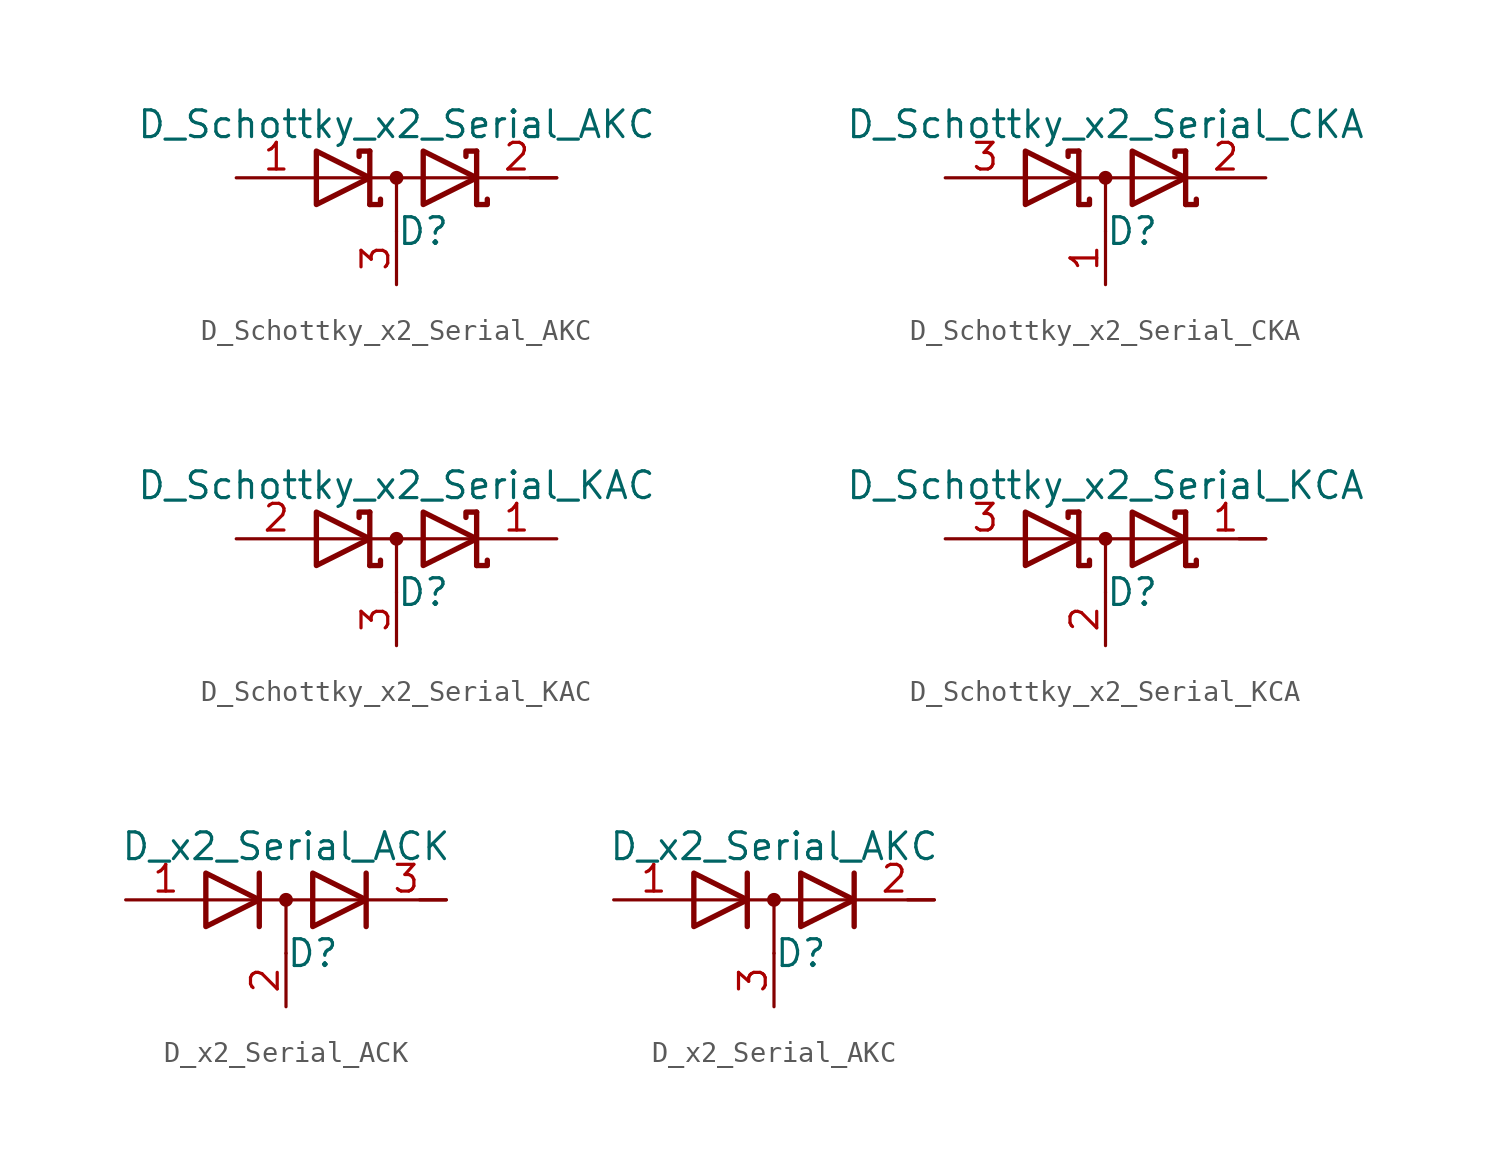
<source format=kicad_sym>
(kicad_symbol_lib
  (version 20211014)
  (generator kicad_symbol_editor)
  (symbol "D_Schottky_x2_Serial_AKC"
    (pin_names
      (offset 0.762) hide)
    (property "Reference" "D"
      (at 1.27 -2.54 0)
      (effects (font (size 1.27 1.27))))
    (property "Value" "D_Schottky_x2_Serial_AKC"
      (at 0 2.54 0)
      (effects (font (size 1.27 1.27))))
    (symbol "D_Schottky_x2_Serial_AKC_0_1"
      (polyline (pts (xy -3.81 0) (xy 3.81 0)) (stroke (width 0) (type default) (color 0 0 0 0)) (fill (type none)))
      (polyline (pts (xy 0 0) (xy 0 -2.54)) (stroke (width 0) (type default) (color 0 0 0 0)) (fill (type none)))
      (polyline (pts (xy 6.35 0) (xy 7.62 0)) (stroke (width 0) (type default) (color 0 0 0 0)) (fill (type none)))
      (polyline (pts (xy -1.27 -1.27) (xy -1.27 1.27) (xy -1.27 1.27)) (stroke (width 0.254) (type default) (color 0 0 0 0)) (fill (type none)))
      (polyline (pts (xy 3.81 1.27) (xy 3.81 -1.27) (xy 3.81 -1.27)) (stroke (width 0.254) (type default) (color 0 0 0 0)) (fill (type none)))
      (polyline (pts (xy -1.27 -1.27) (xy -0.762 -1.27) (xy -0.762 -1.016) (xy -0.762 -1.016)) (stroke (width 0.254) (type default) (color 0 0 0 0)) (fill (type none)))
      (polyline (pts (xy 3.81 -1.27) (xy 4.318 -1.27) (xy 4.318 -1.016) (xy 4.318 -1.016)) (stroke (width 0.254) (type default) (color 0 0 0 0)) (fill (type none)))
      (polyline (pts (xy 3.81 1.27) (xy 3.302 1.27) (xy 3.302 1.016) (xy 3.302 1.016)) (stroke (width 0.254) (type default) (color 0 0 0 0)) (fill (type none)))
      (polyline (pts (xy -1.778 1.016) (xy -1.778 1.27) (xy -1.27 1.27) (xy -1.27 1.27) (xy -1.27 1.27)) (stroke (width 0.254) (type default) (color 0 0 0 0)) (fill (type none)))
      (polyline (pts (xy -3.81 1.27) (xy -1.27 0) (xy -3.81 -1.27) (xy -3.81 1.27) (xy -3.81 1.27) (xy -3.81 1.27)) (stroke (width 0.254) (type default) (color 0 0 0 0)) (fill (type none)))
      (polyline (pts (xy 1.27 1.27) (xy 3.81 0) (xy 1.27 -1.27) (xy 1.27 1.27) (xy 1.27 1.27) (xy 1.27 1.27)) (stroke (width 0.254) (type default) (color 0 0 0 0)) (fill (type none)))
      (circle (center 0 0) (radius 0.254) (stroke (width 0) (type default) (color 0 0 0 0)) (fill (type outline)))
      (pin passive line (at -7.62 0 0) (length 3.81) (name "A" (effects (font (size 1.27 1.27)))) (number "1" (effects (font (size 1.27 1.27)))))
      (pin passive line (at 7.62 0 180) (length 3.81) (name "K" (effects (font (size 1.27 1.27)))) (number "2" (effects (font (size 1.27 1.27)))))
      (pin passive line (at 0 -5.08 90) (length 2.54) (name "common" (effects (font (size 1.27 1.27)))) (number "3" (effects (font (size 1.27 1.27)))))))
  (symbol "D_Schottky_x2_Serial_CKA"
    (pin_names
      (offset 0.762) hide)
    (property "Reference" "D"
      (at 1.27 -2.54 0)
      (effects (font (size 1.27 1.27))))
    (property "Value" "D_Schottky_x2_Serial_CKA"
      (at 0 2.54 0)
      (effects (font (size 1.27 1.27))))
    (symbol "D_Schottky_x2_Serial_CKA_0_1"
      (polyline (pts (xy -3.81 0) (xy 3.81 0)) (stroke (width 0) (type default) (color 0 0 0 0)) (fill (type none)))
      (polyline (pts (xy 0 0) (xy 0 -2.54)) (stroke (width 0) (type default) (color 0 0 0 0)) (fill (type none)))
      (polyline (pts (xy -1.27 -1.27) (xy -1.27 1.27) (xy -1.27 1.27)) (stroke (width 0.254) (type default) (color 0 0 0 0)) (fill (type none)))
      (polyline (pts (xy 3.81 1.27) (xy 3.81 -1.27) (xy 3.81 -1.27)) (stroke (width 0.254) (type default) (color 0 0 0 0)) (fill (type none)))
      (polyline (pts (xy -1.27 -1.27) (xy -0.762 -1.27) (xy -0.762 -1.016) (xy -0.762 -1.016)) (stroke (width 0.254) (type default) (color 0 0 0 0)) (fill (type none)))
      (polyline (pts (xy 3.81 -1.27) (xy 4.318 -1.27) (xy 4.318 -1.016) (xy 4.318 -1.016)) (stroke (width 0.254) (type default) (color 0 0 0 0)) (fill (type none)))
      (polyline (pts (xy 3.81 1.27) (xy 3.302 1.27) (xy 3.302 1.016) (xy 3.302 1.016)) (stroke (width 0.254) (type default) (color 0 0 0 0)) (fill (type none)))
      (polyline (pts (xy -1.778 1.016) (xy -1.778 1.27) (xy -1.27 1.27) (xy -1.27 1.27) (xy -1.27 1.27)) (stroke (width 0.254) (type default) (color 0 0 0 0)) (fill (type none)))
      (polyline (pts (xy -3.81 1.27) (xy -1.27 0) (xy -3.81 -1.27) (xy -3.81 1.27) (xy -3.81 1.27) (xy -3.81 1.27)) (stroke (width 0.254) (type default) (color 0 0 0 0)) (fill (type none)))
      (polyline (pts (xy 1.27 1.27) (xy 3.81 0) (xy 1.27 -1.27) (xy 1.27 1.27) (xy 1.27 1.27) (xy 1.27 1.27)) (stroke (width 0.254) (type default) (color 0 0 0 0)) (fill (type none)))
      (circle (center 0 0) (radius 0.254) (stroke (width 0) (type default) (color 0 0 0 0)) (fill (type outline)))
      (pin passive line (at 0 -5.08 90) (length 2.54) (name "common" (effects (font (size 1.27 1.27)))) (number "1" (effects (font (size 1.27 1.27)))))
      (pin passive line (at 7.62 0 180) (length 3.81) (name "K" (effects (font (size 1.27 1.27)))) (number "2" (effects (font (size 1.27 1.27)))))
      (pin passive line (at -7.62 0 0) (length 3.81) (name "A" (effects (font (size 1.27 1.27)))) (number "3" (effects (font (size 1.27 1.27)))))))
  (symbol "D_Schottky_x2_Serial_KAC"
    (pin_names
      (offset 0.762) hide)
    (property "Reference" "D"
      (at 1.27 -2.54 0)
      (effects (font (size 1.27 1.27))))
    (property "Value" "D_Schottky_x2_Serial_KAC"
      (at 0 2.54 0)
      (effects (font (size 1.27 1.27))))
    (symbol "D_Schottky_x2_Serial_KAC_0_1"
      (polyline (pts (xy -3.81 0) (xy 3.81 0)) (stroke (width 0) (type default) (color 0 0 0 0)) (fill (type none)))
      (polyline (pts (xy 0 0) (xy 0 -2.54)) (stroke (width 0) (type default) (color 0 0 0 0)) (fill (type none)))
      (polyline (pts (xy -1.27 -1.27) (xy -1.27 1.27) (xy -1.27 1.27)) (stroke (width 0.254) (type default) (color 0 0 0 0)) (fill (type none)))
      (polyline (pts (xy 3.81 1.27) (xy 3.81 -1.27) (xy 3.81 -1.27)) (stroke (width 0.254) (type default) (color 0 0 0 0)) (fill (type none)))
      (polyline (pts (xy -1.27 -1.27) (xy -0.762 -1.27) (xy -0.762 -1.016) (xy -0.762 -1.016)) (stroke (width 0.254) (type default) (color 0 0 0 0)) (fill (type none)))
      (polyline (pts (xy 3.81 -1.27) (xy 4.318 -1.27) (xy 4.318 -1.016) (xy 4.318 -1.016)) (stroke (width 0.254) (type default) (color 0 0 0 0)) (fill (type none)))
      (polyline (pts (xy 3.81 1.27) (xy 3.302 1.27) (xy 3.302 1.016) (xy 3.302 1.016)) (stroke (width 0.254) (type default) (color 0 0 0 0)) (fill (type none)))
      (polyline (pts (xy -1.778 1.016) (xy -1.778 1.27) (xy -1.27 1.27) (xy -1.27 1.27) (xy -1.27 1.27)) (stroke (width 0.254) (type default) (color 0 0 0 0)) (fill (type none)))
      (polyline (pts (xy -3.81 1.27) (xy -1.27 0) (xy -3.81 -1.27) (xy -3.81 1.27) (xy -3.81 1.27) (xy -3.81 1.27)) (stroke (width 0.254) (type default) (color 0 0 0 0)) (fill (type none)))
      (polyline (pts (xy 1.27 1.27) (xy 3.81 0) (xy 1.27 -1.27) (xy 1.27 1.27) (xy 1.27 1.27) (xy 1.27 1.27)) (stroke (width 0.254) (type default) (color 0 0 0 0)) (fill (type none)))
      (circle (center 0 0) (radius 0.254) (stroke (width 0) (type default) (color 0 0 0 0)) (fill (type outline)))
      (pin passive line (at 7.62 0 180) (length 3.81) (name "K" (effects (font (size 1.27 1.27)))) (number "1" (effects (font (size 1.27 1.27)))))
      (pin passive line (at -7.62 0 0) (length 3.81) (name "A" (effects (font (size 1.27 1.27)))) (number "2" (effects (font (size 1.27 1.27)))))
      (pin passive line (at 0 -5.08 90) (length 2.54) (name "common" (effects (font (size 1.27 1.27)))) (number "3" (effects (font (size 1.27 1.27)))))))
  (symbol "D_Schottky_x2_Serial_KCA"
    (pin_names
      (offset 0.762) hide)
    (property "Reference" "D"
      (at 1.27 -2.54 0)
      (effects (font (size 1.27 1.27))))
    (property "Value" "D_Schottky_x2_Serial_KCA"
      (at 0 2.54 0)
      (effects (font (size 1.27 1.27))))
    (symbol "D_Schottky_x2_Serial_KCA_0_1"
      (polyline (pts (xy -3.81 0) (xy 3.81 0)) (stroke (width 0) (type default) (color 0 0 0 0)) (fill (type none)))
      (polyline (pts (xy 0 0) (xy 0 -2.54)) (stroke (width 0) (type default) (color 0 0 0 0)) (fill (type none)))
      (polyline (pts (xy 6.35 0) (xy 7.62 0)) (stroke (width 0) (type default) (color 0 0 0 0)) (fill (type none)))
      (polyline (pts (xy -1.27 -1.27) (xy -1.27 1.27) (xy -1.27 1.27)) (stroke (width 0.254) (type default) (color 0 0 0 0)) (fill (type none)))
      (polyline (pts (xy 3.81 1.27) (xy 3.81 -1.27) (xy 3.81 -1.27)) (stroke (width 0.254) (type default) (color 0 0 0 0)) (fill (type none)))
      (polyline (pts (xy -1.27 -1.27) (xy -0.762 -1.27) (xy -0.762 -1.016) (xy -0.762 -1.016)) (stroke (width 0.254) (type default) (color 0 0 0 0)) (fill (type none)))
      (polyline (pts (xy 3.81 -1.27) (xy 4.318 -1.27) (xy 4.318 -1.016) (xy 4.318 -1.016)) (stroke (width 0.254) (type default) (color 0 0 0 0)) (fill (type none)))
      (polyline (pts (xy 3.81 1.27) (xy 3.302 1.27) (xy 3.302 1.016) (xy 3.302 1.016)) (stroke (width 0.254) (type default) (color 0 0 0 0)) (fill (type none)))
      (polyline (pts (xy -1.778 1.016) (xy -1.778 1.27) (xy -1.27 1.27) (xy -1.27 1.27) (xy -1.27 1.27)) (stroke (width 0.254) (type default) (color 0 0 0 0)) (fill (type none)))
      (polyline (pts (xy -3.81 1.27) (xy -1.27 0) (xy -3.81 -1.27) (xy -3.81 1.27) (xy -3.81 1.27) (xy -3.81 1.27)) (stroke (width 0.254) (type default) (color 0 0 0 0)) (fill (type none)))
      (polyline (pts (xy 1.27 1.27) (xy 3.81 0) (xy 1.27 -1.27) (xy 1.27 1.27) (xy 1.27 1.27) (xy 1.27 1.27)) (stroke (width 0.254) (type default) (color 0 0 0 0)) (fill (type none)))
      (circle (center 0 0) (radius 0.254) (stroke (width 0) (type default) (color 0 0 0 0)) (fill (type outline)))
      (pin passive line (at 7.62 0 180) (length 3.81) (name "K" (effects (font (size 1.27 1.27)))) (number "1" (effects (font (size 1.27 1.27)))))
      (pin passive line (at 0 -5.08 90) (length 2.54) (name "common" (effects (font (size 1.27 1.27)))) (number "2" (effects (font (size 1.27 1.27)))))
      (pin passive line (at -7.62 0 0) (length 3.81) (name "A" (effects (font (size 1.27 1.27)))) (number "3" (effects (font (size 1.27 1.27)))))))
  (symbol "D_x2_Serial_ACK"
    (pin_names
      (offset 0.762) hide)
    (property "Reference" "D"
      (at 1.27 -2.54 0)
      (effects (font (size 1.27 1.27))))
    (property "Value" "D_x2_Serial_ACK"
      (at 0 2.54 0)
      (effects (font (size 1.27 1.27))))
    (symbol "D_x2_Serial_ACK_0_1"
      (polyline (pts (xy 0 0) (xy 0 -2.54)) (stroke (width 0) (type default) (color 0 0 0 0)) (fill (type none)))
      (polyline (pts (xy 3.81 0) (xy -3.81 0)) (stroke (width 0) (type default) (color 0 0 0 0)) (fill (type none)))
      (polyline (pts (xy 6.35 0) (xy 7.62 0)) (stroke (width 0) (type default) (color 0 0 0 0)) (fill (type none)))
      (polyline (pts (xy -1.27 -1.27) (xy -1.27 1.27) (xy -1.27 1.27)) (stroke (width 0.254) (type default) (color 0 0 0 0)) (fill (type none)))
      (polyline (pts (xy 3.81 1.27) (xy 3.81 -1.27) (xy 3.81 -1.27)) (stroke (width 0.254) (type default) (color 0 0 0 0)) (fill (type none)))
      (polyline (pts (xy -3.81 1.27) (xy -1.27 0) (xy -3.81 -1.27) (xy -3.81 1.27) (xy -3.81 1.27) (xy -3.81 1.27)) (stroke (width 0.254) (type default) (color 0 0 0 0)) (fill (type none)))
      (polyline (pts (xy 1.27 1.27) (xy 3.81 0) (xy 1.27 -1.27) (xy 1.27 1.27) (xy 1.27 1.27) (xy 1.27 1.27)) (stroke (width 0.254) (type default) (color 0 0 0 0)) (fill (type none)))
      (circle (center 0 0) (radius 0.254) (stroke (width 0) (type default) (color 0 0 0 0)) (fill (type outline)))
      (pin passive line (at -7.62 0 0) (length 3.81) (name "A" (effects (font (size 1.27 1.27)))) (number "1" (effects (font (size 1.27 1.27)))))
      (pin passive line (at 0 -5.08 90) (length 2.54) (name "common" (effects (font (size 1.27 1.27)))) (number "2" (effects (font (size 1.27 1.27)))))
      (pin passive line (at 7.62 0 180) (length 3.81) (name "K" (effects (font (size 1.27 1.27)))) (number "3" (effects (font (size 1.27 1.27)))))))
  (symbol "D_x2_Serial_AKC"
    (pin_names
      (offset 0.762) hide)
    (property "Reference" "D"
      (at 1.27 -2.54 0)
      (effects (font (size 1.27 1.27))))
    (property "Value" "D_x2_Serial_AKC"
      (at 0 2.54 0)
      (effects (font (size 1.27 1.27))))
    (symbol "D_x2_Serial_AKC_0_1"
      (polyline (pts (xy -3.81 0) (xy 3.81 0)) (stroke (width 0) (type default) (color 0 0 0 0)) (fill (type none)))
      (polyline (pts (xy 0 0) (xy 0 -2.54)) (stroke (width 0) (type default) (color 0 0 0 0)) (fill (type none)))
      (polyline (pts (xy 6.35 0) (xy 7.62 0)) (stroke (width 0) (type default) (color 0 0 0 0)) (fill (type none)))
      (polyline (pts (xy -1.27 -1.27) (xy -1.27 1.27) (xy -1.27 1.27)) (stroke (width 0.254) (type default) (color 0 0 0 0)) (fill (type none)))
      (polyline (pts (xy 3.81 1.27) (xy 3.81 -1.27) (xy 3.81 -1.27)) (stroke (width 0.254) (type default) (color 0 0 0 0)) (fill (type none)))
      (polyline (pts (xy -3.81 1.27) (xy -1.27 0) (xy -3.81 -1.27) (xy -3.81 1.27) (xy -3.81 1.27) (xy -3.81 1.27)) (stroke (width 0.254) (type default) (color 0 0 0 0)) (fill (type none)))
      (polyline (pts (xy 1.27 1.27) (xy 3.81 0) (xy 1.27 -1.27) (xy 1.27 1.27) (xy 1.27 1.27) (xy 1.27 1.27)) (stroke (width 0.254) (type default) (color 0 0 0 0)) (fill (type none)))
      (circle (center 0 0) (radius 0.254) (stroke (width 0) (type default) (color 0 0 0 0)) (fill (type outline)))
      (pin passive line (at -7.62 0 0) (length 3.81) (name "A" (effects (font (size 1.27 1.27)))) (number "1" (effects (font (size 1.27 1.27)))))
      (pin passive line (at 7.62 0 180) (length 3.81) (name "K" (effects (font (size 1.27 1.27)))) (number "2" (effects (font (size 1.27 1.27)))))
      (pin passive line (at 0 -5.08 90) (length 2.54) (name "common" (effects (font (size 1.27 1.27)))) (number "3" (effects (font (size 1.27 1.27))))))))
</source>
